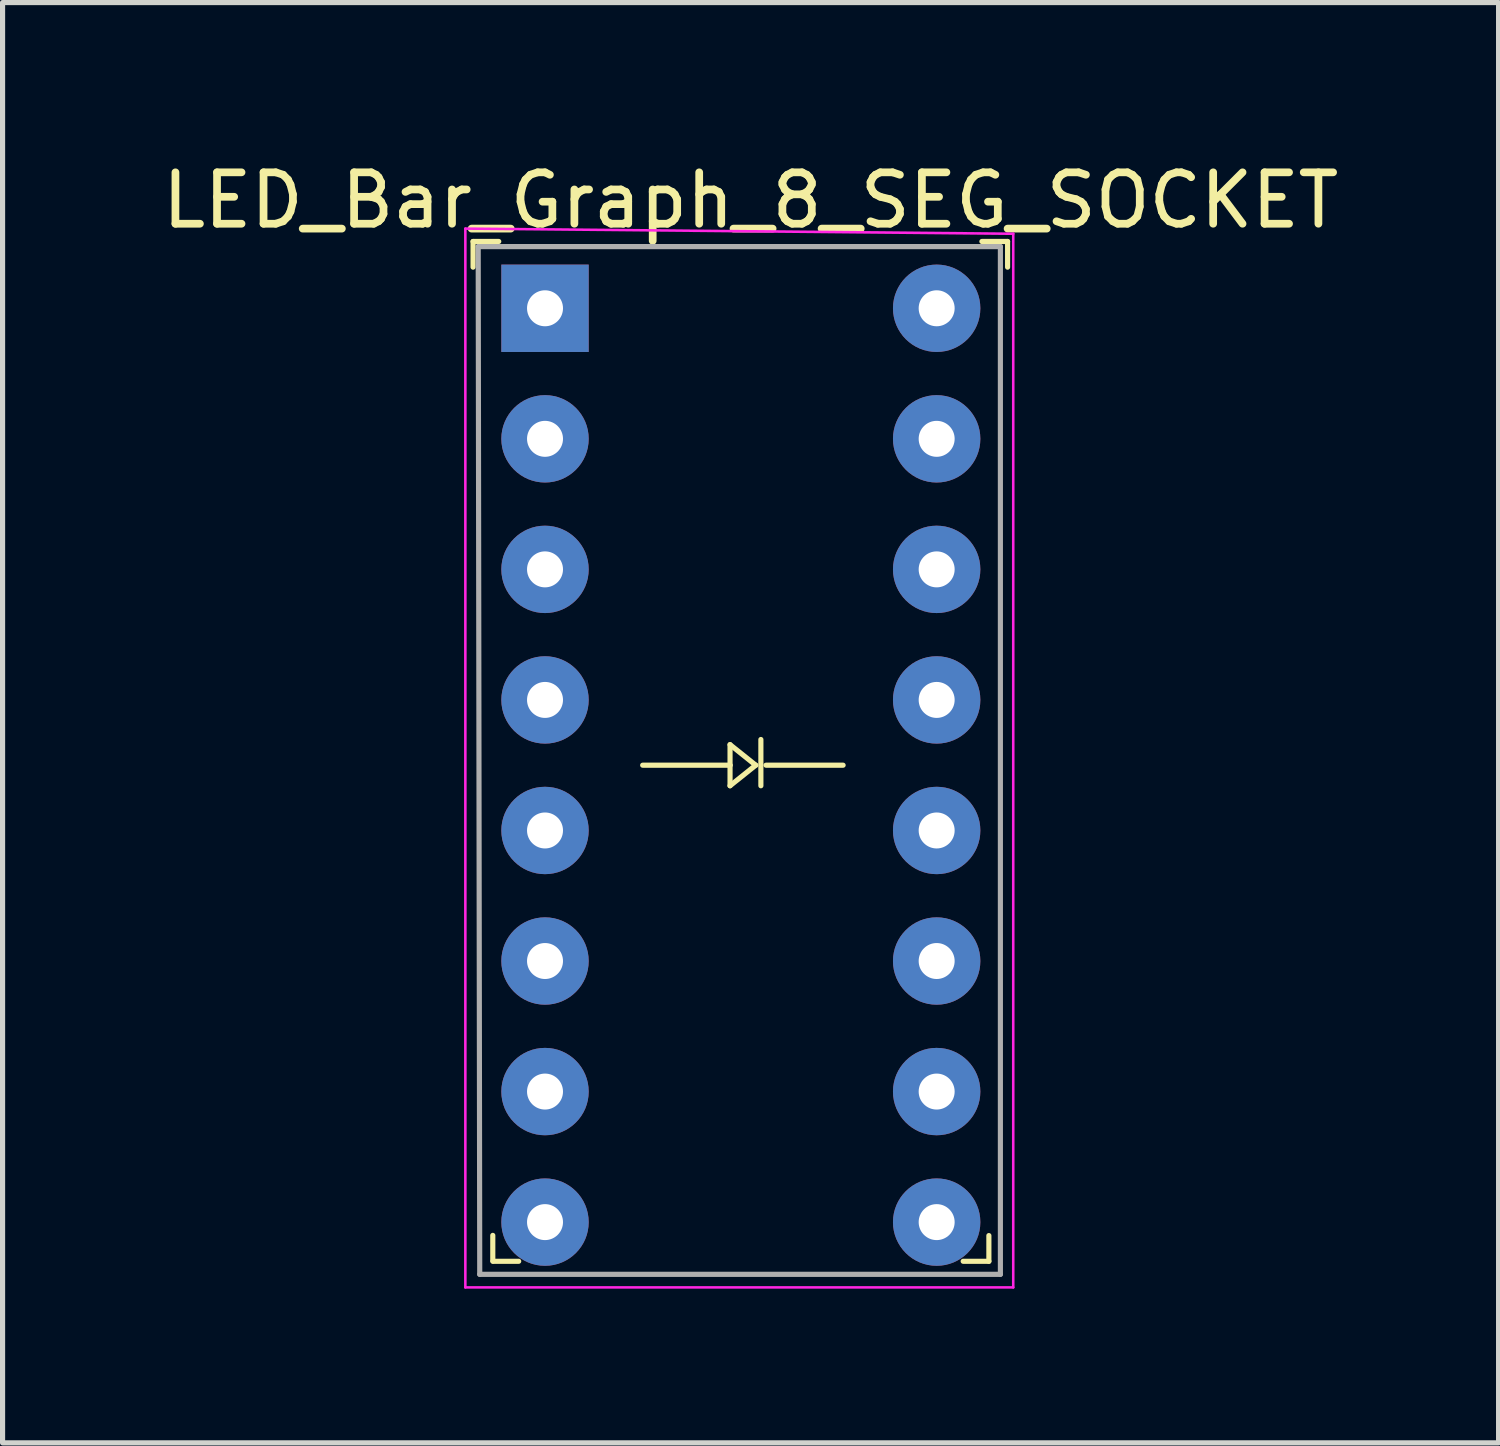
<source format=kicad_pcb>
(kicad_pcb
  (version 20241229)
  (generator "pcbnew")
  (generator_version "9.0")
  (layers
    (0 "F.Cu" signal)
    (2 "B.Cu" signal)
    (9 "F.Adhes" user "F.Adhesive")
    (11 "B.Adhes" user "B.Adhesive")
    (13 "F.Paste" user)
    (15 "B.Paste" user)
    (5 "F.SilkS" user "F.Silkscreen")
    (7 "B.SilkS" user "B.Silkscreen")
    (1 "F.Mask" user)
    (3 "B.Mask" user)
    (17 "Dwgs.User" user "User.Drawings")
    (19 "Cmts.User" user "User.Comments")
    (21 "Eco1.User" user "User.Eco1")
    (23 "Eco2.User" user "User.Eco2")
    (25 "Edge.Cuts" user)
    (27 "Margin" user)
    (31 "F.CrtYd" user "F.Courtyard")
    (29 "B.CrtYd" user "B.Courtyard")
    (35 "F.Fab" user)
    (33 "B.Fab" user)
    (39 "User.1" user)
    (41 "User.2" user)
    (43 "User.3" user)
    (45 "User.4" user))
  (footprint "LED_Bar_Graph_8_SEG_SOCKET"
    (layer "F.Cu")
    (at 7.554 2.948)
    (property "Reference" "LED_Bar_Graph_8_SEG_SOCKET" (at 4 -2.1 0) (layer "F.SilkS") (effects (font (size 1 1) (thickness 0.15))))
    (attr through_hole)
    (fp_line (start -1.4 -1.3) (end -1.4 -0.8) (stroke (width 0.1) (type solid)) (layer "F.SilkS"))
    (fp_line (start -1.4 -1.3) (end -0.9 -1.3) (stroke (width 0.1) (type solid)) (layer "F.SilkS"))
    (fp_line (start -1.016 18.538) (end -1.016 18.038) (stroke (width 0.1) (type solid)) (layer "F.SilkS"))
    (fp_line (start -1.012 18.542) (end -0.512 18.542) (stroke (width 0.1) (type solid)) (layer "F.SilkS"))
    (fp_line (start 1.9 8.89) (end 3.6 8.89) (stroke (width 0.1) (type solid)) (layer "F.SilkS"))
    (fp_line (start 3.6 8.49) (end 4.1 8.89) (stroke (width 0.1) (type solid)) (layer "F.SilkS"))
    (fp_line (start 3.6 8.89) (end 3.6 8.49) (stroke (width 0.1) (type solid)) (layer "F.SilkS"))
    (fp_line (start 3.6 8.89) (end 3.6 9.29) (stroke (width 0.1) (type solid)) (layer "F.SilkS"))
    (fp_line (start 4.1 8.89) (end 3.6 9.29) (stroke (width 0.1) (type solid)) (layer "F.SilkS"))
    (fp_line (start 4.2 8.39) (end 4.2 9.29) (stroke (width 0.1) (type solid)) (layer "F.SilkS"))
    (fp_line (start 4.3 8.89) (end 5.8 8.89) (stroke (width 0.1) (type solid)) (layer "F.SilkS"))
    (fp_line (start 8.636 18.542) (end 8.136 18.542) (stroke (width 0.1) (type solid)) (layer "F.SilkS"))
    (fp_line (start 8.636 18.542) (end 8.636 18.042) (stroke (width 0.1) (type solid)) (layer "F.SilkS"))
    (fp_line (start 9 -1.3) (end 8.5 -1.3) (stroke (width 0.1) (type solid)) (layer "F.SilkS"))
    (fp_line (start 9 -1.3) (end 9 -0.8) (stroke (width 0.1) (type solid)) (layer "F.SilkS"))
    (fp_line (start -1.55 -1.55) (end -1.55 19.05) (stroke (width 0.05) (type solid)) (layer "F.CrtYd"))
    (fp_line (start -1.55 -1.55) (end 9.11 -1.45) (stroke (width 0.05) (type solid)) (layer "F.CrtYd"))
    (fp_line (start -1.55 19.05) (end 9.11 19.05) (stroke (width 0.05) (type solid)) (layer "F.CrtYd"))
    (fp_line (start 9.11 -1.45) (end 9.11 19.05) (stroke (width 0.05) (type solid)) (layer "F.CrtYd"))
    (fp_line (start -1.3 -1.2) (end -1.27 18.796) (stroke (width 0.1) (type solid)) (layer "F.Fab"))
    (fp_line (start -1.3 -1.2) (end 8.86 -1.2) (stroke (width 0.1) (type solid)) (layer "F.Fab"))
    (fp_line (start -1.27 18.796) (end 8.86 18.796) (stroke (width 0.1) (type solid)) (layer "F.Fab"))
    (fp_line (start 8.86 -1.2) (end 8.86 18.796) (stroke (width 0.1) (type solid)) (layer "F.Fab"))
    (pad "1" thru_hole rect (at 0 0) (size 1.7 1.7) (drill 0.7) (layers "*.Cu" "*.Mask"))
    (pad "2" thru_hole circle (at 0 2.54) (size 1.7 1.7) (drill 0.7) (layers "*.Cu" "*.Mask"))
    (pad "3" thru_hole circle (at 0 5.08) (size 1.7 1.7) (drill 0.7) (layers "*.Cu" "*.Mask"))
    (pad "4" thru_hole circle (at 0 7.62) (size 1.7 1.7) (drill 0.7) (layers "*.Cu" "*.Mask"))
    (pad "5" thru_hole circle (at 0 10.16) (size 1.7 1.7) (drill 0.7) (layers "*.Cu" "*.Mask"))
    (pad "6" thru_hole circle (at 0 12.7) (size 1.7 1.7) (drill 0.7) (layers "*.Cu" "*.Mask"))
    (pad "7" thru_hole circle (at 0 15.24) (size 1.7 1.7) (drill 0.7) (layers "*.Cu" "*.Mask"))
    (pad "8" thru_hole circle (at 0 17.78) (size 1.7 1.7) (drill 0.7) (layers "*.Cu" "*.Mask"))
    (pad "9" thru_hole circle (at 7.62 17.78) (size 1.7 1.7) (drill 0.7) (layers "*.Cu" "*.Mask"))
    (pad "10" thru_hole circle (at 7.62 15.24) (size 1.7 1.7) (drill 0.7) (layers "*.Cu" "*.Mask"))
    (pad "11" thru_hole circle (at 7.62 12.7) (size 1.7 1.7) (drill 0.7) (layers "*.Cu" "*.Mask"))
    (pad "12" thru_hole circle (at 7.62 10.16) (size 1.7 1.7) (drill 0.7) (layers "*.Cu" "*.Mask"))
    (pad "13" thru_hole circle (at 7.62 7.62) (size 1.7 1.7) (drill 0.7) (layers "*.Cu" "*.Mask"))
    (pad "14" thru_hole circle (at 7.62 5.08) (size 1.7 1.7) (drill 0.7) (layers "*.Cu" "*.Mask"))
    (pad "15" thru_hole circle (at 7.62 2.54) (size 1.7 1.7) (drill 0.7) (layers "*.Cu" "*.Mask"))
    (pad "16" thru_hole circle (at 7.62 0) (size 1.7 1.7) (drill 0.7) (layers "*.Cu" "*.Mask")))
  (gr_rect
    (start -3 -3)
    (end 26.107 25.023)
    (stroke (width 0.1) (type default))
    (fill no)
    (layer "Edge.Cuts")))
</source>
